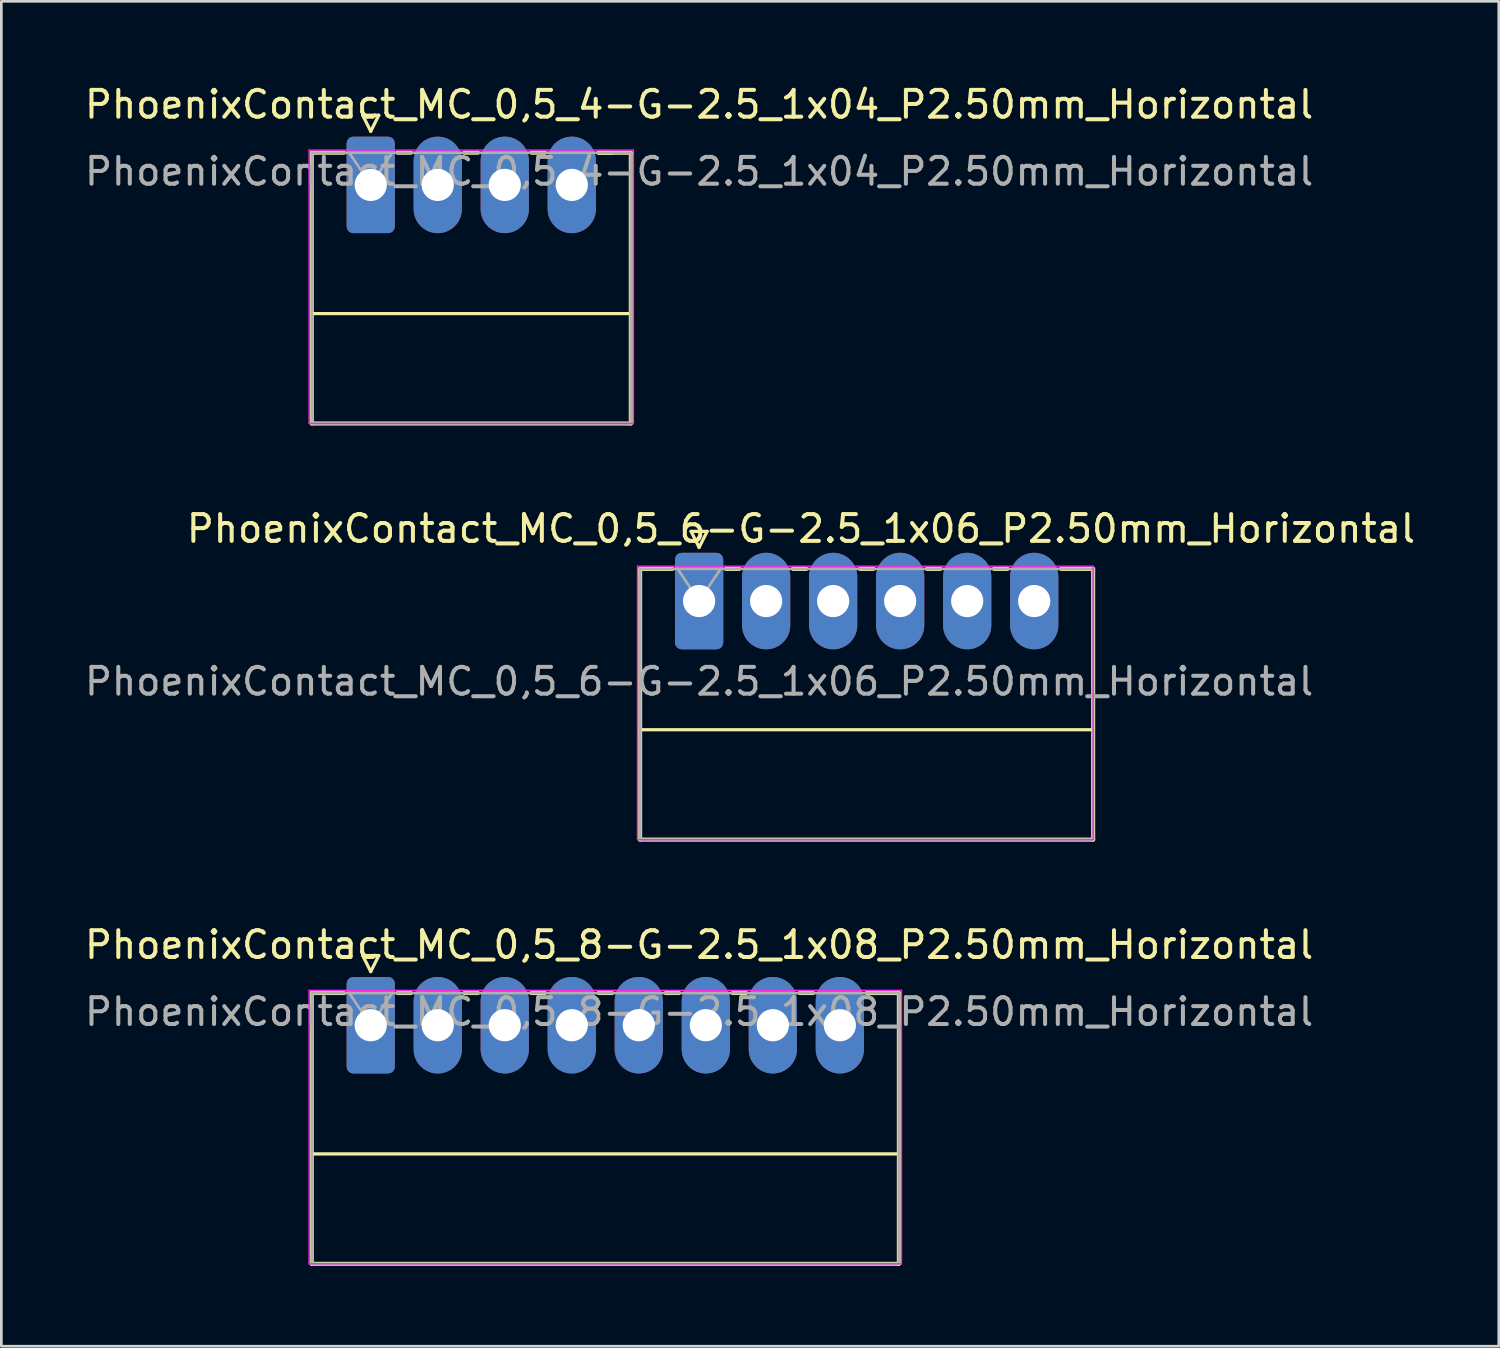
<source format=kicad_pcb>
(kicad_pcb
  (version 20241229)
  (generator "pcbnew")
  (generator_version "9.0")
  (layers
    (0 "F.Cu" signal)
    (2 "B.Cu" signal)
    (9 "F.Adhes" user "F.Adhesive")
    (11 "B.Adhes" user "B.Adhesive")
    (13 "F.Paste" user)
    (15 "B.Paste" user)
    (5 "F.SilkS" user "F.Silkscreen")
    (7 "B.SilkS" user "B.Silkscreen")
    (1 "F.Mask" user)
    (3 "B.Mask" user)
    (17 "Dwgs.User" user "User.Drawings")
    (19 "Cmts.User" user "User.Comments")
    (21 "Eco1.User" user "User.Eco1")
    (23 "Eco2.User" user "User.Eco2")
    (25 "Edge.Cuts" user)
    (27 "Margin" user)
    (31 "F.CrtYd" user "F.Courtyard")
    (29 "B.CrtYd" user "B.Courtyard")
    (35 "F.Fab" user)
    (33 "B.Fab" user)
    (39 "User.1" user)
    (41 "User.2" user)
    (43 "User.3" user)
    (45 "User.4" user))
  (footprint "PhoenixContact_MC_0,5_4-G-2.5_1x04_P2.50mm_Horizontal"
    (layer "F.Cu")
    (at 10.78 3.848)
    (property "Reference" "PhoenixContact_MC_0,5_4-G-2.5_1x04_P2.50mm_Horizontal" (at 12.25 -3 0) (layer "F.SilkS") (effects (font (size 1 1) (thickness 0.15))))
    (attr through_hole)
    (fp_line (start -2.2 -1.2) (end -2.2 8.9) (stroke (width 0.15) (type solid)) (layer "F.SilkS"))
    (fp_line (start -2.2 -1.2) (end -1 -1.2) (stroke (width 0.15) (type solid)) (layer "F.SilkS"))
    (fp_line (start -2.2 4.8) (end 9.7 4.8) (stroke (width 0.12) (type solid)) (layer "F.SilkS"))
    (fp_line (start -2.2 8.9) (end 9.7 8.9) (stroke (width 0.15) (type solid)) (layer "F.SilkS"))
    (fp_line (start -0.3 -2.6) (end 0.3 -2.6) (stroke (width 0.12) (type solid)) (layer "F.SilkS"))
    (fp_line (start 0 -2) (end -0.3 -2.6) (stroke (width 0.12) (type solid)) (layer "F.SilkS"))
    (fp_line (start 0.3 -2.6) (end 0 -2) (stroke (width 0.12) (type solid)) (layer "F.SilkS"))
    (fp_line (start 1 -1.2) (end 1.5 -1.2) (stroke (width 0.15) (type solid)) (layer "F.SilkS"))
    (fp_line (start 3.5 -1.2) (end 4 -1.2) (stroke (width 0.15) (type solid)) (layer "F.SilkS"))
    (fp_line (start 6 -1.2) (end 6.5 -1.2) (stroke (width 0.15) (type solid)) (layer "F.SilkS"))
    (fp_line (start 8.5 -1.2) (end 9 -1.2) (stroke (width 0.15) (type solid)) (layer "F.SilkS"))
    (fp_line (start 9.7 -1.2) (end 8.5 -1.2) (stroke (width 0.15) (type solid)) (layer "F.SilkS"))
    (fp_line (start 9.7 8.9) (end 9.7 -1.2) (stroke (width 0.15) (type solid)) (layer "F.SilkS"))
    (fp_line (start -2.3 -1.3) (end -2.3 8.9) (stroke (width 0.05) (type solid)) (layer "F.CrtYd"))
    (fp_line (start -2.3 8.9) (end 9.8 8.9) (stroke (width 0.05) (type solid)) (layer "F.CrtYd"))
    (fp_line (start 9.8 -1.3) (end -2.3 -1.3) (stroke (width 0.05) (type solid)) (layer "F.CrtYd"))
    (fp_line (start 9.8 8.9) (end 9.8 -1.3) (stroke (width 0.05) (type solid)) (layer "F.CrtYd"))
    (fp_line (start -2.2 -1.2) (end -2.2 8.9) (stroke (width 0.1) (type solid)) (layer "F.Fab"))
    (fp_line (start -2.2 8.9) (end 9.7 8.9) (stroke (width 0.1) (type solid)) (layer "F.Fab"))
    (fp_line (start 0 0) (end -0.8 -1.2) (stroke (width 0.1) (type solid)) (layer "F.Fab"))
    (fp_line (start 0.8 -1.2) (end 0 0) (stroke (width 0.1) (type solid)) (layer "F.Fab"))
    (fp_line (start 9.7 -1.2) (end -2.2 -1.2) (stroke (width 0.1) (type solid)) (layer "F.Fab"))
    (fp_line (start 9.7 8.9) (end 9.7 -1.2) (stroke (width 0.1) (type solid)) (layer "F.Fab"))
    (fp_text user "${REFERENCE}" (at 12.25 -0.5 0) (layer "F.Fab") (effects (font (size 1 1) (thickness 0.15))))
    (pad "1" thru_hole roundrect (at 0 0) (size 1.8 3.6) (drill 1.2) (layers "*.Cu" "*.Mask") (roundrect_rratio 0.139))
    (pad "2" thru_hole oval (at 2.5 0) (size 1.8 3.6) (drill 1.2) (layers "*.Cu" "*.Mask"))
    (pad "3" thru_hole oval (at 5 0) (size 1.8 3.6) (drill 1.2) (layers "*.Cu" "*.Mask"))
    (pad "4" thru_hole oval (at 7.5 0) (size 1.8 3.6) (drill 1.2) (layers "*.Cu" "*.Mask")))
  (footprint "PhoenixContact_MC_0,5_8-G-2.5_1x08_P2.50mm_Horizontal"
    (layer "F.Cu")
    (at 10.78 35.195)
    (property "Reference" "PhoenixContact_MC_0,5_8-G-2.5_1x08_P2.50mm_Horizontal" (at 12.25 -3 0) (layer "F.SilkS") (effects (font (size 1 1) (thickness 0.15))))
    (attr through_hole)
    (fp_line (start -2.2 -1.2) (end -2.2 8.9) (stroke (width 0.15) (type solid)) (layer "F.SilkS"))
    (fp_line (start -2.2 -1.2) (end -1 -1.2) (stroke (width 0.15) (type solid)) (layer "F.SilkS"))
    (fp_line (start -2.2 4.8) (end 19.7 4.8) (stroke (width 0.12) (type solid)) (layer "F.SilkS"))
    (fp_line (start -2.2 8.9) (end 19.7 8.9) (stroke (width 0.15) (type solid)) (layer "F.SilkS"))
    (fp_line (start -0.3 -2.6) (end 0.3 -2.6) (stroke (width 0.12) (type solid)) (layer "F.SilkS"))
    (fp_line (start 0 -2) (end -0.3 -2.6) (stroke (width 0.12) (type solid)) (layer "F.SilkS"))
    (fp_line (start 0.3 -2.6) (end 0 -2) (stroke (width 0.12) (type solid)) (layer "F.SilkS"))
    (fp_line (start 1 -1.2) (end 1.5 -1.2) (stroke (width 0.15) (type solid)) (layer "F.SilkS"))
    (fp_line (start 3.5 -1.2) (end 4 -1.2) (stroke (width 0.15) (type solid)) (layer "F.SilkS"))
    (fp_line (start 6 -1.2) (end 6.5 -1.2) (stroke (width 0.15) (type solid)) (layer "F.SilkS"))
    (fp_line (start 8.5 -1.2) (end 9 -1.2) (stroke (width 0.15) (type solid)) (layer "F.SilkS"))
    (fp_line (start 11 -1.2) (end 11.5 -1.2) (stroke (width 0.15) (type solid)) (layer "F.SilkS"))
    (fp_line (start 13.5 -1.2) (end 14 -1.2) (stroke (width 0.15) (type solid)) (layer "F.SilkS"))
    (fp_line (start 16 -1.2) (end 16.5 -1.2) (stroke (width 0.15) (type solid)) (layer "F.SilkS"))
    (fp_line (start 19.7 -1.2) (end 18.5 -1.2) (stroke (width 0.15) (type solid)) (layer "F.SilkS"))
    (fp_line (start 19.7 8.9) (end 19.7 -1.2) (stroke (width 0.15) (type solid)) (layer "F.SilkS"))
    (fp_line (start -2.3 -1.3) (end -2.3 8.9) (stroke (width 0.05) (type solid)) (layer "F.CrtYd"))
    (fp_line (start -2.3 8.9) (end 19.8 8.9) (stroke (width 0.05) (type solid)) (layer "F.CrtYd"))
    (fp_line (start 19.8 -1.3) (end -2.3 -1.3) (stroke (width 0.05) (type solid)) (layer "F.CrtYd"))
    (fp_line (start 19.8 8.9) (end 19.8 -1.3) (stroke (width 0.05) (type solid)) (layer "F.CrtYd"))
    (fp_line (start -2.2 -1.2) (end -2.2 8.9) (stroke (width 0.1) (type solid)) (layer "F.Fab"))
    (fp_line (start -2.2 8.9) (end 19.7 8.9) (stroke (width 0.1) (type solid)) (layer "F.Fab"))
    (fp_line (start 0 0) (end -0.8 -1.2) (stroke (width 0.1) (type solid)) (layer "F.Fab"))
    (fp_line (start 0.8 -1.2) (end 0 0) (stroke (width 0.1) (type solid)) (layer "F.Fab"))
    (fp_line (start 19.7 -1.2) (end -2.2 -1.2) (stroke (width 0.1) (type solid)) (layer "F.Fab"))
    (fp_line (start 19.7 8.9) (end 19.7 -1.2) (stroke (width 0.1) (type solid)) (layer "F.Fab"))
    (fp_text user "${REFERENCE}" (at 12.25 -0.5 0) (layer "F.Fab") (effects (font (size 1 1) (thickness 0.15))))
    (pad "1" thru_hole roundrect (at 0 0) (size 1.8 3.6) (drill 1.2) (layers "*.Cu" "*.Mask") (roundrect_rratio 0.139))
    (pad "2" thru_hole oval (at 2.5 0) (size 1.8 3.6) (drill 1.2) (layers "*.Cu" "*.Mask"))
    (pad "3" thru_hole oval (at 5 0) (size 1.8 3.6) (drill 1.2) (layers "*.Cu" "*.Mask"))
    (pad "4" thru_hole oval (at 7.5 0) (size 1.8 3.6) (drill 1.2) (layers "*.Cu" "*.Mask"))
    (pad "5" thru_hole oval (at 10 0) (size 1.8 3.6) (drill 1.2) (layers "*.Cu" "*.Mask"))
    (pad "6" thru_hole oval (at 12.5 0) (size 1.8 3.6) (drill 1.2) (layers "*.Cu" "*.Mask"))
    (pad "7" thru_hole oval (at 15 0) (size 1.8 3.6) (drill 1.2) (layers "*.Cu" "*.Mask"))
    (pad "8" thru_hole oval (at 17.5 0) (size 1.8 3.6) (drill 1.2) (layers "*.Cu" "*.Mask")))
  (footprint "PhoenixContact_MC_0,5_6-G-2.5_1x06_P2.50mm_Horizontal"
    (layer "F.Cu")
    (at 23.03 19.372)
    (property "Reference" "PhoenixContact_MC_0,5_6-G-2.5_1x06_P2.50mm_Horizontal" (at 3.8 -2.7 0) (layer "F.SilkS") (effects (font (size 1 1) (thickness 0.15))))
    (attr through_hole)
    (fp_line (start -2.2 -1.2) (end -2.2 8.9) (stroke (width 0.15) (type solid)) (layer "F.SilkS"))
    (fp_line (start -2.2 -1.2) (end -1 -1.2) (stroke (width 0.15) (type solid)) (layer "F.SilkS"))
    (fp_line (start -2.2 4.8) (end 14.7 4.8) (stroke (width 0.12) (type solid)) (layer "F.SilkS"))
    (fp_line (start -2.2 8.9) (end 14.7 8.9) (stroke (width 0.15) (type solid)) (layer "F.SilkS"))
    (fp_line (start -0.3 -2.6) (end 0.3 -2.6) (stroke (width 0.12) (type solid)) (layer "F.SilkS"))
    (fp_line (start 0 -2) (end -0.3 -2.6) (stroke (width 0.12) (type solid)) (layer "F.SilkS"))
    (fp_line (start 0.3 -2.6) (end 0 -2) (stroke (width 0.12) (type solid)) (layer "F.SilkS"))
    (fp_line (start 1 -1.2) (end 1.5 -1.2) (stroke (width 0.15) (type solid)) (layer "F.SilkS"))
    (fp_line (start 3.5 -1.2) (end 4 -1.2) (stroke (width 0.15) (type solid)) (layer "F.SilkS"))
    (fp_line (start 6 -1.2) (end 6.5 -1.2) (stroke (width 0.15) (type solid)) (layer "F.SilkS"))
    (fp_line (start 8.5 -1.2) (end 9 -1.2) (stroke (width 0.15) (type solid)) (layer "F.SilkS"))
    (fp_line (start 11 -1.2) (end 11.5 -1.2) (stroke (width 0.15) (type solid)) (layer "F.SilkS"))
    (fp_line (start 14.7 -1.2) (end 13.5 -1.2) (stroke (width 0.15) (type solid)) (layer "F.SilkS"))
    (fp_line (start 14.7 8.9) (end 14.7 -1.2) (stroke (width 0.15) (type solid)) (layer "F.SilkS"))
    (fp_line (start -2.3 -1.3) (end -2.3 8.9) (stroke (width 0.05) (type solid)) (layer "F.CrtYd"))
    (fp_line (start -2.3 8.9) (end 14.7 8.9) (stroke (width 0.05) (type solid)) (layer "F.CrtYd"))
    (fp_line (start 14.7 -1.3) (end -2.3 -1.3) (stroke (width 0.05) (type solid)) (layer "F.CrtYd"))
    (fp_line (start 14.7 8.9) (end 14.7 -1.3) (stroke (width 0.05) (type solid)) (layer "F.CrtYd"))
    (fp_line (start -2.2 -1.2) (end -2.2 8.9) (stroke (width 0.1) (type solid)) (layer "F.Fab"))
    (fp_line (start -2.2 8.9) (end 14.7 8.9) (stroke (width 0.1) (type solid)) (layer "F.Fab"))
    (fp_line (start 0 0) (end -0.8 -1.2) (stroke (width 0.1) (type solid)) (layer "F.Fab"))
    (fp_line (start 0.8 -1.2) (end 0 0) (stroke (width 0.1) (type solid)) (layer "F.Fab"))
    (fp_line (start 14.7 -1.2) (end -2.2 -1.2) (stroke (width 0.1) (type solid)) (layer "F.Fab"))
    (fp_line (start 14.7 8.9) (end 14.7 -1.2) (stroke (width 0.1) (type solid)) (layer "F.Fab"))
    (fp_text user "${REFERENCE}" (at 0 3 0) (layer "F.Fab") (effects (font (size 1 1) (thickness 0.15))))
    (pad "1" thru_hole roundrect (at 0 0) (size 1.8 3.6) (drill 1.2) (layers "*.Cu" "*.Mask") (roundrect_rratio 0.139))
    (pad "2" thru_hole oval (at 2.5 0) (size 1.8 3.6) (drill 1.2) (layers "*.Cu" "*.Mask"))
    (pad "3" thru_hole oval (at 5 0) (size 1.8 3.6) (drill 1.2) (layers "*.Cu" "*.Mask"))
    (pad "4" thru_hole oval (at 7.5 0) (size 1.8 3.6) (drill 1.2) (layers "*.Cu" "*.Mask"))
    (pad "5" thru_hole oval (at 10 0) (size 1.8 3.6) (drill 1.2) (layers "*.Cu" "*.Mask"))
    (pad "6" thru_hole oval (at 12.5 0) (size 1.8 3.6) (drill 1.2) (layers "*.Cu" "*.Mask")))
  (gr_rect
    (start -3 -3)
    (end 52.86 47.17)
    (stroke (width 0.1) (type default))
    (fill no)
    (layer "Edge.Cuts")))
</source>
